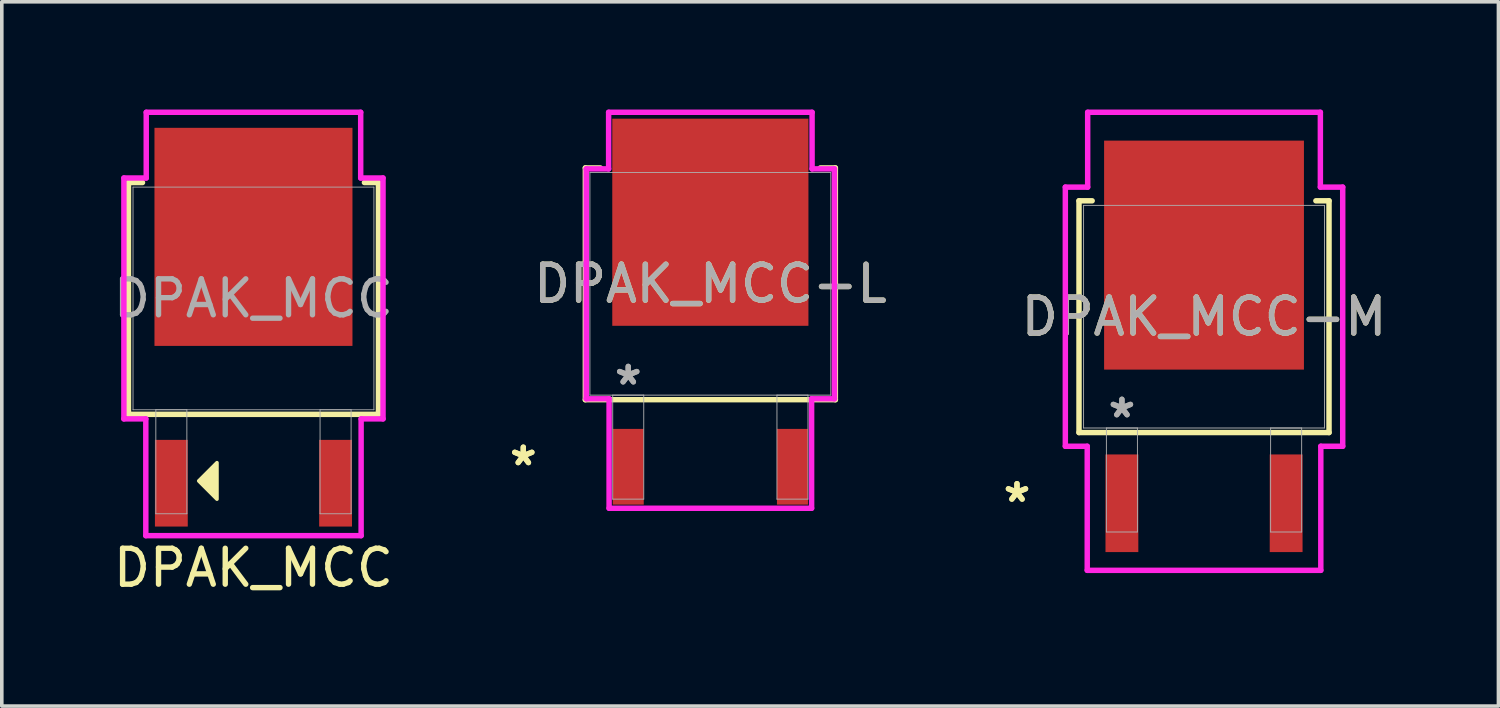
<source format=kicad_pcb>
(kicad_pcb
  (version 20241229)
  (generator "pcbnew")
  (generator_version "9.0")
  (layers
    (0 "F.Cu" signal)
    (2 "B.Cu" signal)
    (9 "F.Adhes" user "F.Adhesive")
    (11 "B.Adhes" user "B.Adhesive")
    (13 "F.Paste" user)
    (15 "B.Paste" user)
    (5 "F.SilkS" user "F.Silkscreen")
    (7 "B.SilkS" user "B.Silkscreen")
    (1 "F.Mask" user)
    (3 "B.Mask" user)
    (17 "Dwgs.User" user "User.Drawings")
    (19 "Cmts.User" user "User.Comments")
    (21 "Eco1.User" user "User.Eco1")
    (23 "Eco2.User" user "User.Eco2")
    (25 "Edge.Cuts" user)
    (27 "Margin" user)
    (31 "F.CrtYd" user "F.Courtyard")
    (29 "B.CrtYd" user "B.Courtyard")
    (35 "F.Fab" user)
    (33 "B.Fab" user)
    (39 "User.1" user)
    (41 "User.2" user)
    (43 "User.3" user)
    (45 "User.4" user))
  (footprint "DPAK_MCC-M"
    (layer "F.Cu")
    (at 30.468 5.766)
    (property "Reference" "DPAK_MCC-M" (at 0 0 0) (unlocked yes) (layer "F.SilkS") (effects (font (size 1 1) (thickness 0.15))))
    (attr smd)
    (fp_line (start -3.48 -3.226) (end -3.48 3.226) (stroke (width 0.152) (type solid)) (layer "F.SilkS"))
    (fp_line (start -3.48 3.226) (end 3.48 3.226) (stroke (width 0.152) (type solid)) (layer "F.SilkS"))
    (fp_line (start -3.114 -3.226) (end -3.48 -3.226) (stroke (width 0.152) (type solid)) (layer "F.SilkS"))
    (fp_line (start 3.48 -3.226) (end 3.114 -3.226) (stroke (width 0.152) (type solid)) (layer "F.SilkS"))
    (fp_line (start 3.48 3.226) (end 3.48 -3.226) (stroke (width 0.152) (type solid)) (layer "F.SilkS"))
    (fp_line (start -3.861 -3.607) (end -3.239 -3.607) (stroke (width 0.152) (type solid)) (layer "F.CrtYd"))
    (fp_line (start -3.861 3.607) (end -3.861 -3.607) (stroke (width 0.152) (type solid)) (layer "F.CrtYd"))
    (fp_line (start -3.251 3.607) (end -3.861 3.607) (stroke (width 0.152) (type solid)) (layer "F.CrtYd"))
    (fp_line (start -3.251 7.061) (end -3.251 3.607) (stroke (width 0.152) (type solid)) (layer "F.CrtYd"))
    (fp_line (start -3.239 -5.69) (end 3.239 -5.69) (stroke (width 0.152) (type solid)) (layer "F.CrtYd"))
    (fp_line (start -3.239 -3.607) (end -3.239 -5.69) (stroke (width 0.152) (type solid)) (layer "F.CrtYd"))
    (fp_line (start 3.239 -5.69) (end 3.239 -3.607) (stroke (width 0.152) (type solid)) (layer "F.CrtYd"))
    (fp_line (start 3.239 -3.607) (end 3.861 -3.607) (stroke (width 0.152) (type solid)) (layer "F.CrtYd"))
    (fp_line (start 3.251 3.607) (end 3.251 7.061) (stroke (width 0.152) (type solid)) (layer "F.CrtYd"))
    (fp_line (start 3.251 7.061) (end -3.251 7.061) (stroke (width 0.152) (type solid)) (layer "F.CrtYd"))
    (fp_line (start 3.861 -3.607) (end 3.861 3.607) (stroke (width 0.152) (type solid)) (layer "F.CrtYd"))
    (fp_line (start 3.861 3.607) (end 3.251 3.607) (stroke (width 0.152) (type solid)) (layer "F.CrtYd"))
    (fp_line (start -3.353 -3.099) (end -3.353 3.099) (stroke (width 0.025) (type solid)) (layer "F.Fab"))
    (fp_line (start -3.353 3.099) (end 3.353 3.099) (stroke (width 0.025) (type solid)) (layer "F.Fab"))
    (fp_line (start -2.718 3.099) (end -2.718 5.994) (stroke (width 0.025) (type solid)) (layer "F.Fab"))
    (fp_line (start -2.718 5.994) (end -1.854 5.994) (stroke (width 0.025) (type solid)) (layer "F.Fab"))
    (fp_line (start -1.854 3.099) (end -2.718 3.099) (stroke (width 0.025) (type solid)) (layer "F.Fab"))
    (fp_line (start -1.854 5.994) (end -1.854 3.099) (stroke (width 0.025) (type solid)) (layer "F.Fab"))
    (fp_line (start 1.854 3.099) (end 1.854 5.994) (stroke (width 0.025) (type solid)) (layer "F.Fab"))
    (fp_line (start 1.854 5.994) (end 2.718 5.994) (stroke (width 0.025) (type solid)) (layer "F.Fab"))
    (fp_line (start 2.718 3.099) (end 1.854 3.099) (stroke (width 0.025) (type solid)) (layer "F.Fab"))
    (fp_line (start 2.718 5.994) (end 2.718 3.099) (stroke (width 0.025) (type solid)) (layer "F.Fab"))
    (fp_line (start 3.353 -3.099) (end -3.353 -3.099) (stroke (width 0.025) (type solid)) (layer "F.Fab"))
    (fp_line (start 3.353 3.099) (end 3.353 -3.099) (stroke (width 0.025) (type solid)) (layer "F.Fab"))
    (fp_text user "*" (at -5.207 5.194 0) (layer "F.SilkS") (effects (font (size 1 1) (thickness 0.15))))
    (fp_text user "*" (at -5.207 5.194 0) (unlocked yes) (layer "F.SilkS") (effects (font (size 1 1) (thickness 0.15))))
    (fp_text user "*" (at -2.286 2.845 0) (unlocked yes) (layer "F.Fab") (effects (font (size 1 1) (thickness 0.15))))
    (fp_text user "*" (at -2.286 2.845 0) (layer "F.Fab") (effects (font (size 1 1) (thickness 0.15))))
    (fp_text user "${REFERENCE}" (at 0 0 0) (unlocked yes) (layer "F.Fab") (effects (font (size 1 1) (thickness 0.15))))
    (pad "1" smd rect (at -2.286 5.194) (size 0.914 2.718) (layers "F.Cu" "F.Mask" "F.Paste"))
    (pad "2" smd rect (at 0 -1.714) (size 5.563 6.375) (layers "F.Cu" "F.Mask" "F.Paste"))
    (pad "3" smd rect (at 2.286 5.194) (size 0.914 2.718) (layers "F.Cu" "F.Mask" "F.Paste")))
  (footprint "DPAK_MCC-L"
    (layer "F.Cu")
    (at 16.725 4.851)
    (property "Reference" "DPAK_MCC-L" (at 0 0 0) (unlocked yes) (layer "F.SilkS") (effects (font (size 1 1) (thickness 0.15))))
    (attr smd)
    (fp_line (start -3.48 -3.226) (end -3.48 3.226) (stroke (width 0.152) (type solid)) (layer "F.SilkS"))
    (fp_line (start -3.48 3.226) (end 3.48 3.226) (stroke (width 0.152) (type solid)) (layer "F.SilkS"))
    (fp_line (start -3.063 -3.226) (end -3.48 -3.226) (stroke (width 0.152) (type solid)) (layer "F.SilkS"))
    (fp_line (start 3.48 -3.226) (end 3.063 -3.226) (stroke (width 0.152) (type solid)) (layer "F.SilkS"))
    (fp_line (start 3.48 3.226) (end 3.48 -3.226) (stroke (width 0.152) (type solid)) (layer "F.SilkS"))
    (fp_line (start -3.454 -3.2) (end -2.832 -3.2) (stroke (width 0.152) (type solid)) (layer "F.CrtYd"))
    (fp_line (start -3.454 3.2) (end -3.454 -3.2) (stroke (width 0.152) (type solid)) (layer "F.CrtYd"))
    (fp_line (start -2.832 -4.775) (end 2.832 -4.775) (stroke (width 0.152) (type solid)) (layer "F.CrtYd"))
    (fp_line (start -2.832 -3.2) (end -2.832 -4.775) (stroke (width 0.152) (type solid)) (layer "F.CrtYd"))
    (fp_line (start -2.819 3.2) (end -3.454 3.2) (stroke (width 0.152) (type solid)) (layer "F.CrtYd"))
    (fp_line (start -2.819 6.248) (end -2.819 3.2) (stroke (width 0.152) (type solid)) (layer "F.CrtYd"))
    (fp_line (start 2.819 3.2) (end 2.819 6.248) (stroke (width 0.152) (type solid)) (layer "F.CrtYd"))
    (fp_line (start 2.819 6.248) (end -2.819 6.248) (stroke (width 0.152) (type solid)) (layer "F.CrtYd"))
    (fp_line (start 2.832 -4.775) (end 2.832 -3.2) (stroke (width 0.152) (type solid)) (layer "F.CrtYd"))
    (fp_line (start 2.832 -3.2) (end 3.454 -3.2) (stroke (width 0.152) (type solid)) (layer "F.CrtYd"))
    (fp_line (start 3.454 -3.2) (end 3.454 3.2) (stroke (width 0.152) (type solid)) (layer "F.CrtYd"))
    (fp_line (start 3.454 3.2) (end 2.819 3.2) (stroke (width 0.152) (type solid)) (layer "F.CrtYd"))
    (fp_line (start -3.353 -3.099) (end -3.353 3.099) (stroke (width 0.025) (type solid)) (layer "F.Fab"))
    (fp_line (start -3.353 3.099) (end 3.353 3.099) (stroke (width 0.025) (type solid)) (layer "F.Fab"))
    (fp_line (start -2.718 3.099) (end -2.718 5.994) (stroke (width 0.025) (type solid)) (layer "F.Fab"))
    (fp_line (start -2.718 5.994) (end -1.854 5.994) (stroke (width 0.025) (type solid)) (layer "F.Fab"))
    (fp_line (start -1.854 3.099) (end -2.718 3.099) (stroke (width 0.025) (type solid)) (layer "F.Fab"))
    (fp_line (start -1.854 5.994) (end -1.854 3.099) (stroke (width 0.025) (type solid)) (layer "F.Fab"))
    (fp_line (start 1.854 3.099) (end 1.854 5.994) (stroke (width 0.025) (type solid)) (layer "F.Fab"))
    (fp_line (start 1.854 5.994) (end 2.718 5.994) (stroke (width 0.025) (type solid)) (layer "F.Fab"))
    (fp_line (start 2.718 3.099) (end 1.854 3.099) (stroke (width 0.025) (type solid)) (layer "F.Fab"))
    (fp_line (start 2.718 5.994) (end 2.718 3.099) (stroke (width 0.025) (type solid)) (layer "F.Fab"))
    (fp_line (start 3.353 -3.099) (end -3.353 -3.099) (stroke (width 0.025) (type solid)) (layer "F.Fab"))
    (fp_line (start 3.353 3.099) (end 3.353 -3.099) (stroke (width 0.025) (type solid)) (layer "F.Fab"))
    (fp_text user "*" (at -5.207 5.093 0) (layer "F.SilkS") (effects (font (size 1 1) (thickness 0.15))))
    (fp_text user "*" (at -5.207 5.093 0) (unlocked yes) (layer "F.SilkS") (effects (font (size 1 1) (thickness 0.15))))
    (fp_text user "*" (at -2.286 2.845 0) (unlocked yes) (layer "F.Fab") (effects (font (size 1 1) (thickness 0.15))))
    (fp_text user "*" (at -2.286 2.845 0) (layer "F.Fab") (effects (font (size 1 1) (thickness 0.15))))
    (fp_text user "${REFERENCE}" (at 0 0 0) (unlocked yes) (layer "F.Fab") (effects (font (size 1 1) (thickness 0.15))))
    (pad "1" smd rect (at -2.286 5.093) (size 0.864 2.108) (layers "F.Cu" "F.Mask" "F.Paste"))
    (pad "2" smd rect (at 0 -1.714) (size 5.461 5.766) (layers "F.Cu" "F.Mask" "F.Paste"))
    (pad "3" smd rect (at 2.286 5.093) (size 0.864 2.108) (layers "F.Cu" "F.Mask" "F.Paste")))
  (footprint "DPAK_MCC"
    (layer "F.Cu")
    (at 4.006 5.258)
    (property "Reference" "DPAK_MCC" (at 0 7.5 0) (unlocked yes) (layer "F.SilkS") (effects (font (size 1 1) (thickness 0.15))))
    (attr smd)
    (fp_line (start -3.48 -3.226) (end -3.48 3.226) (stroke (width 0.152) (type solid)) (layer "F.SilkS"))
    (fp_line (start -3.48 3.226) (end 3.48 3.226) (stroke (width 0.152) (type solid)) (layer "F.SilkS"))
    (fp_line (start -3.089 -3.226) (end -3.48 -3.226) (stroke (width 0.152) (type solid)) (layer "F.SilkS"))
    (fp_line (start 3.48 -3.226) (end 3.089 -3.226) (stroke (width 0.152) (type solid)) (layer "F.SilkS"))
    (fp_line (start 3.48 3.226) (end 3.48 -3.226) (stroke (width 0.152) (type solid)) (layer "F.SilkS"))
    (fp_poly (pts (xy -1.524 5.08) (xy -1.016 4.572) (xy -1.016 5.588)) (stroke (width 0.1) (type solid)) (fill yes) (layer "F.SilkS"))
    (fp_line (start -3.607 -3.353) (end -2.985 -3.353) (stroke (width 0.152) (type solid)) (layer "F.CrtYd"))
    (fp_line (start -3.607 3.353) (end -3.607 -3.353) (stroke (width 0.152) (type solid)) (layer "F.CrtYd"))
    (fp_line (start -2.997 3.353) (end -3.607 3.353) (stroke (width 0.152) (type solid)) (layer "F.CrtYd"))
    (fp_line (start -2.997 6.604) (end -2.997 3.353) (stroke (width 0.152) (type solid)) (layer "F.CrtYd"))
    (fp_line (start -2.985 -5.182) (end 2.985 -5.182) (stroke (width 0.152) (type solid)) (layer "F.CrtYd"))
    (fp_line (start -2.985 -3.353) (end -2.985 -5.182) (stroke (width 0.152) (type solid)) (layer "F.CrtYd"))
    (fp_line (start 2.985 -5.182) (end 2.985 -3.353) (stroke (width 0.152) (type solid)) (layer "F.CrtYd"))
    (fp_line (start 2.985 -3.353) (end 3.607 -3.353) (stroke (width 0.152) (type solid)) (layer "F.CrtYd"))
    (fp_line (start 2.997 3.353) (end 2.997 6.604) (stroke (width 0.152) (type solid)) (layer "F.CrtYd"))
    (fp_line (start 2.997 6.604) (end -2.997 6.604) (stroke (width 0.152) (type solid)) (layer "F.CrtYd"))
    (fp_line (start 3.607 -3.353) (end 3.607 3.353) (stroke (width 0.152) (type solid)) (layer "F.CrtYd"))
    (fp_line (start 3.607 3.353) (end 2.997 3.353) (stroke (width 0.152) (type solid)) (layer "F.CrtYd"))
    (fp_line (start -3.353 -3.099) (end -3.353 3.099) (stroke (width 0.025) (type solid)) (layer "F.Fab"))
    (fp_line (start -3.353 3.099) (end 3.353 3.099) (stroke (width 0.025) (type solid)) (layer "F.Fab"))
    (fp_line (start -2.718 3.099) (end -2.718 5.994) (stroke (width 0.025) (type solid)) (layer "F.Fab"))
    (fp_line (start -2.718 5.994) (end -1.854 5.994) (stroke (width 0.025) (type solid)) (layer "F.Fab"))
    (fp_line (start -1.854 3.099) (end -2.718 3.099) (stroke (width 0.025) (type solid)) (layer "F.Fab"))
    (fp_line (start -1.854 5.994) (end -1.854 3.099) (stroke (width 0.025) (type solid)) (layer "F.Fab"))
    (fp_line (start 1.854 3.099) (end 1.854 5.994) (stroke (width 0.025) (type solid)) (layer "F.Fab"))
    (fp_line (start 1.854 5.994) (end 2.718 5.994) (stroke (width 0.025) (type solid)) (layer "F.Fab"))
    (fp_line (start 2.718 3.099) (end 1.854 3.099) (stroke (width 0.025) (type solid)) (layer "F.Fab"))
    (fp_line (start 2.718 5.994) (end 2.718 3.099) (stroke (width 0.025) (type solid)) (layer "F.Fab"))
    (fp_line (start 3.353 -3.099) (end -3.353 -3.099) (stroke (width 0.025) (type solid)) (layer "F.Fab"))
    (fp_line (start 3.353 3.099) (end 3.353 -3.099) (stroke (width 0.025) (type solid)) (layer "F.Fab"))
    (fp_text user "${REFERENCE}" (at 0 0 0) (unlocked yes) (layer "F.Fab") (effects (font (size 1 1) (thickness 0.15))))
    (pad "1" smd rect (at -2.286 5.144) (size 0.914 2.413) (layers "F.Cu" "F.Mask" "F.Paste"))
    (pad "2" smd rect (at 0 -1.714) (size 5.512 6.071) (layers "F.Cu" "F.Mask" "F.Paste"))
    (pad "3" smd rect (at 2.286 5.144) (size 0.914 2.413) (layers "F.Cu" "F.Mask" "F.Paste")))
  (gr_rect
    (start -3 -3)
    (end 38.664 16.606)
    (stroke (width 0.1) (type default))
    (fill no)
    (layer "Edge.Cuts")))
</source>
